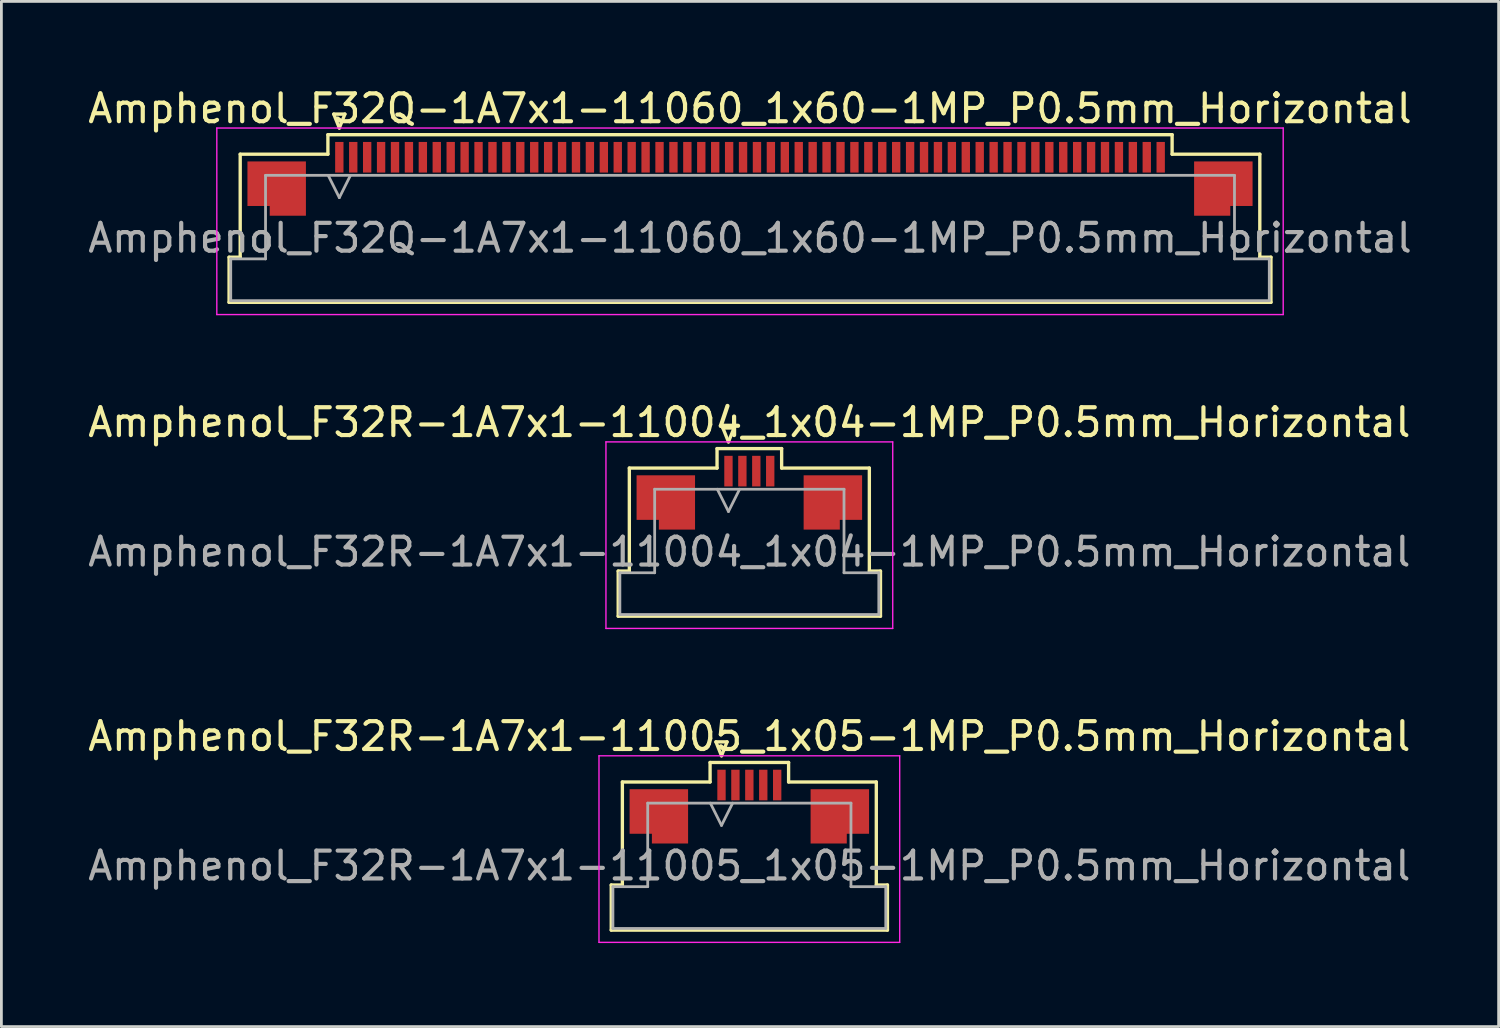
<source format=kicad_pcb>
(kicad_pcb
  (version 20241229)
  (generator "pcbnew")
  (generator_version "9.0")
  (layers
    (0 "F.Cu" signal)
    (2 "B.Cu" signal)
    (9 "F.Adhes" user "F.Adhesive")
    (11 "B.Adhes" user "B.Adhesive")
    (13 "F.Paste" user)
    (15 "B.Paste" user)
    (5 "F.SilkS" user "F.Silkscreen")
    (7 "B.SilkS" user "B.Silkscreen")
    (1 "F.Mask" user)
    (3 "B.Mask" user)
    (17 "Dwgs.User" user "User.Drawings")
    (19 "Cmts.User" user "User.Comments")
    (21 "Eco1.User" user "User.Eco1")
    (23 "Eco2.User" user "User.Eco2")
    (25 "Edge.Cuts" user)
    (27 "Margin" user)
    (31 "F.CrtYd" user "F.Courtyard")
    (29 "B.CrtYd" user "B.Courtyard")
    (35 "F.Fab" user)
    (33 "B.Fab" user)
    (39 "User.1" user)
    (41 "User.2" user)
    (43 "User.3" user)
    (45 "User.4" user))
  (footprint "Amphenol_F32R-1A7x1-11004_1x04-1MP_P0.5mm_Horizontal"
    (layer "F.Cu")
    (at 23.863 16.771)
    (property "Reference" "Amphenol_F32R-1A7x1-11004_1x04-1MP_P0.5mm_Horizontal" (at 0 -4.65 0) (layer "F.SilkS") (effects (font (size 1 1) (thickness 0.15))))
    (attr smd)
    (fp_line (start -4.71 0.69) (end -4.31 0.69) (stroke (width 0.12) (type solid)) (layer "F.SilkS"))
    (fp_line (start -4.71 2.31) (end -4.71 0.69) (stroke (width 0.12) (type solid)) (layer "F.SilkS"))
    (fp_line (start -4.31 -3.01) (end -1.16 -3.01) (stroke (width 0.12) (type solid)) (layer "F.SilkS"))
    (fp_line (start -4.31 0.69) (end -4.31 -3.01) (stroke (width 0.12) (type solid)) (layer "F.SilkS"))
    (fp_line (start -1.16 -3.71) (end 1.16 -3.71) (stroke (width 0.12) (type solid)) (layer "F.SilkS"))
    (fp_line (start -1.16 -3.01) (end -1.16 -3.71) (stroke (width 0.12) (type solid)) (layer "F.SilkS"))
    (fp_line (start -0.95 -4.45) (end -0.75 -3.95) (stroke (width 0.12) (type solid)) (layer "F.SilkS"))
    (fp_line (start -0.75 -3.95) (end -0.55 -4.45) (stroke (width 0.12) (type solid)) (layer "F.SilkS"))
    (fp_line (start -0.55 -4.45) (end -0.95 -4.45) (stroke (width 0.12) (type solid)) (layer "F.SilkS"))
    (fp_line (start 1.16 -3.71) (end 1.16 -3.01) (stroke (width 0.12) (type solid)) (layer "F.SilkS"))
    (fp_line (start 1.16 -3.01) (end 4.31 -3.01) (stroke (width 0.12) (type solid)) (layer "F.SilkS"))
    (fp_line (start 4.31 -3.01) (end 4.31 0.69) (stroke (width 0.12) (type solid)) (layer "F.SilkS"))
    (fp_line (start 4.31 0.69) (end 4.71 0.69) (stroke (width 0.12) (type solid)) (layer "F.SilkS"))
    (fp_line (start 4.71 0.69) (end 4.71 2.31) (stroke (width 0.12) (type solid)) (layer "F.SilkS"))
    (fp_line (start 4.71 2.31) (end -4.71 2.31) (stroke (width 0.12) (type solid)) (layer "F.SilkS"))
    (fp_line (start -5.15 -3.95) (end -5.15 2.75) (stroke (width 0.05) (type solid)) (layer "F.CrtYd"))
    (fp_line (start -5.15 2.75) (end 5.15 2.75) (stroke (width 0.05) (type solid)) (layer "F.CrtYd"))
    (fp_line (start 5.15 -3.95) (end -5.15 -3.95) (stroke (width 0.05) (type solid)) (layer "F.CrtYd"))
    (fp_line (start 5.15 2.75) (end 5.15 -3.95) (stroke (width 0.05) (type solid)) (layer "F.CrtYd"))
    (fp_line (start -4.65 0.75) (end -3.4 0.75) (stroke (width 0.1) (type solid)) (layer "F.Fab"))
    (fp_line (start -4.65 2.25) (end -4.65 0.75) (stroke (width 0.1) (type solid)) (layer "F.Fab"))
    (fp_line (start -3.4 -2.25) (end 3.4 -2.25) (stroke (width 0.1) (type solid)) (layer "F.Fab"))
    (fp_line (start -3.4 0.75) (end -3.4 -2.25) (stroke (width 0.1) (type solid)) (layer "F.Fab"))
    (fp_line (start -1.15 -2.25) (end -0.75 -1.45) (stroke (width 0.1) (type solid)) (layer "F.Fab"))
    (fp_line (start -0.75 -1.45) (end -0.35 -2.25) (stroke (width 0.1) (type solid)) (layer "F.Fab"))
    (fp_line (start 3.4 -2.25) (end 3.4 0.75) (stroke (width 0.1) (type solid)) (layer "F.Fab"))
    (fp_line (start 3.4 0.75) (end 4.65 0.75) (stroke (width 0.1) (type solid)) (layer "F.Fab"))
    (fp_line (start 4.65 0.75) (end 4.65 2.25) (stroke (width 0.1) (type solid)) (layer "F.Fab"))
    (fp_line (start 4.65 2.25) (end -4.65 2.25) (stroke (width 0.1) (type solid)) (layer "F.Fab"))
    (fp_text user "${REFERENCE}" (at 0 0 0) (layer "F.Fab") (effects (font (size 1 1) (thickness 0.15))))
    (pad "1" smd rect (at -0.75 -2.9) (size 0.3 1.1) (layers "F.Cu" "F.Mask" "F.Paste"))
    (pad "2" smd rect (at -0.25 -2.9) (size 0.3 1.1) (layers "F.Cu" "F.Mask" "F.Paste"))
    (pad "3" smd rect (at 0.25 -2.9) (size 0.3 1.1) (layers "F.Cu" "F.Mask" "F.Paste"))
    (pad "4" smd rect (at 0.75 -2.9) (size 0.3 1.1) (layers "F.Cu" "F.Mask" "F.Paste"))
    (pad "MP" smd custom (at -3 -1.775) (size 1 1) (layers "F.Cu" "F.Mask" "F.Paste") (options (anchor circle)) (primitives (gr_poly (pts (xy 1.05 -0.975) (xy 1.05 0.975) (xy -0.25 0.975) (xy -0.25 0.625) (xy -1.05 0.625) (xy -1.05 -0.975) (xy 1.05 -0.975)) (width 0) (fill yes))))
    (pad "MP" smd custom (at 3 -1.775) (size 1 1) (layers "F.Cu" "F.Mask" "F.Paste") (options (anchor circle)) (primitives (gr_poly (pts (xy -1.05 -0.975) (xy -1.05 0.975) (xy 0.25 0.975) (xy 0.25 0.625) (xy 1.05 0.625) (xy 1.05 -0.975) (xy -1.05 -0.975)) (width 0) (fill yes)))))
  (footprint "Amphenol_F32R-1A7x1-11005_1x05-1MP_P0.5mm_Horizontal"
    (layer "F.Cu")
    (at 23.863 28.045)
    (property "Reference" "Amphenol_F32R-1A7x1-11005_1x05-1MP_P0.5mm_Horizontal" (at 0 -4.65 0) (layer "F.SilkS") (effects (font (size 1 1) (thickness 0.15))))
    (attr smd)
    (fp_line (start -4.96 0.69) (end -4.56 0.69) (stroke (width 0.12) (type solid)) (layer "F.SilkS"))
    (fp_line (start -4.96 2.31) (end -4.96 0.69) (stroke (width 0.12) (type solid)) (layer "F.SilkS"))
    (fp_line (start -4.56 -3.01) (end -1.41 -3.01) (stroke (width 0.12) (type solid)) (layer "F.SilkS"))
    (fp_line (start -4.56 0.69) (end -4.56 -3.01) (stroke (width 0.12) (type solid)) (layer "F.SilkS"))
    (fp_line (start -1.41 -3.71) (end 1.41 -3.71) (stroke (width 0.12) (type solid)) (layer "F.SilkS"))
    (fp_line (start -1.41 -3.01) (end -1.41 -3.71) (stroke (width 0.12) (type solid)) (layer "F.SilkS"))
    (fp_line (start -1.2 -4.45) (end -1 -3.95) (stroke (width 0.12) (type solid)) (layer "F.SilkS"))
    (fp_line (start -1 -3.95) (end -0.8 -4.45) (stroke (width 0.12) (type solid)) (layer "F.SilkS"))
    (fp_line (start -0.8 -4.45) (end -1.2 -4.45) (stroke (width 0.12) (type solid)) (layer "F.SilkS"))
    (fp_line (start 1.41 -3.71) (end 1.41 -3.01) (stroke (width 0.12) (type solid)) (layer "F.SilkS"))
    (fp_line (start 1.41 -3.01) (end 4.56 -3.01) (stroke (width 0.12) (type solid)) (layer "F.SilkS"))
    (fp_line (start 4.56 -3.01) (end 4.56 0.69) (stroke (width 0.12) (type solid)) (layer "F.SilkS"))
    (fp_line (start 4.56 0.69) (end 4.96 0.69) (stroke (width 0.12) (type solid)) (layer "F.SilkS"))
    (fp_line (start 4.96 0.69) (end 4.96 2.31) (stroke (width 0.12) (type solid)) (layer "F.SilkS"))
    (fp_line (start 4.96 2.31) (end -4.96 2.31) (stroke (width 0.12) (type solid)) (layer "F.SilkS"))
    (fp_line (start -5.4 -3.95) (end -5.4 2.75) (stroke (width 0.05) (type solid)) (layer "F.CrtYd"))
    (fp_line (start -5.4 2.75) (end 5.4 2.75) (stroke (width 0.05) (type solid)) (layer "F.CrtYd"))
    (fp_line (start 5.4 -3.95) (end -5.4 -3.95) (stroke (width 0.05) (type solid)) (layer "F.CrtYd"))
    (fp_line (start 5.4 2.75) (end 5.4 -3.95) (stroke (width 0.05) (type solid)) (layer "F.CrtYd"))
    (fp_line (start -4.9 0.75) (end -3.65 0.75) (stroke (width 0.1) (type solid)) (layer "F.Fab"))
    (fp_line (start -4.9 2.25) (end -4.9 0.75) (stroke (width 0.1) (type solid)) (layer "F.Fab"))
    (fp_line (start -3.65 -2.25) (end 3.65 -2.25) (stroke (width 0.1) (type solid)) (layer "F.Fab"))
    (fp_line (start -3.65 0.75) (end -3.65 -2.25) (stroke (width 0.1) (type solid)) (layer "F.Fab"))
    (fp_line (start -1.4 -2.25) (end -1 -1.45) (stroke (width 0.1) (type solid)) (layer "F.Fab"))
    (fp_line (start -1 -1.45) (end -0.6 -2.25) (stroke (width 0.1) (type solid)) (layer "F.Fab"))
    (fp_line (start 3.65 -2.25) (end 3.65 0.75) (stroke (width 0.1) (type solid)) (layer "F.Fab"))
    (fp_line (start 3.65 0.75) (end 4.9 0.75) (stroke (width 0.1) (type solid)) (layer "F.Fab"))
    (fp_line (start 4.9 0.75) (end 4.9 2.25) (stroke (width 0.1) (type solid)) (layer "F.Fab"))
    (fp_line (start 4.9 2.25) (end -4.9 2.25) (stroke (width 0.1) (type solid)) (layer "F.Fab"))
    (fp_text user "${REFERENCE}" (at 0 0 0) (layer "F.Fab") (effects (font (size 1 1) (thickness 0.15))))
    (pad "1" smd rect (at -1 -2.9) (size 0.3 1.1) (layers "F.Cu" "F.Mask" "F.Paste"))
    (pad "2" smd rect (at -0.5 -2.9) (size 0.3 1.1) (layers "F.Cu" "F.Mask" "F.Paste"))
    (pad "3" smd rect (at 0 -2.9) (size 0.3 1.1) (layers "F.Cu" "F.Mask" "F.Paste"))
    (pad "4" smd rect (at 0.5 -2.9) (size 0.3 1.1) (layers "F.Cu" "F.Mask" "F.Paste"))
    (pad "5" smd rect (at 1 -2.9) (size 0.3 1.1) (layers "F.Cu" "F.Mask" "F.Paste"))
    (pad "MP" smd custom (at -3.25 -1.775) (size 1 1) (layers "F.Cu" "F.Mask" "F.Paste") (options (anchor circle)) (primitives (gr_poly (pts (xy 1.05 -0.975) (xy 1.05 0.975) (xy -0.25 0.975) (xy -0.25 0.625) (xy -1.05 0.625) (xy -1.05 -0.975) (xy 1.05 -0.975)) (width 0) (fill yes))))
    (pad "MP" smd custom (at 3.25 -1.775) (size 1 1) (layers "F.Cu" "F.Mask" "F.Paste") (options (anchor circle)) (primitives (gr_poly (pts (xy -1.05 -0.975) (xy -1.05 0.975) (xy 0.25 0.975) (xy 0.25 0.625) (xy 1.05 0.625) (xy 1.05 -0.975) (xy -1.05 -0.975)) (width 0) (fill yes)))))
  (footprint "Amphenol_F32Q-1A7x1-11060_1x60-1MP_P0.5mm_Horizontal"
    (layer "F.Cu")
    (at 23.887 5.498)
    (property "Reference" "Amphenol_F32Q-1A7x1-11060_1x60-1MP_P0.5mm_Horizontal" (at 0 -4.65 0) (layer "F.SilkS") (effects (font (size 1 1) (thickness 0.15))))
    (attr smd)
    (fp_line (start -18.71 0.69) (end -18.31 0.69) (stroke (width 0.12) (type solid)) (layer "F.SilkS"))
    (fp_line (start -18.71 2.31) (end -18.71 0.69) (stroke (width 0.12) (type solid)) (layer "F.SilkS"))
    (fp_line (start -18.31 -3.01) (end -15.16 -3.01) (stroke (width 0.12) (type solid)) (layer "F.SilkS"))
    (fp_line (start -18.31 0.69) (end -18.31 -3.01) (stroke (width 0.12) (type solid)) (layer "F.SilkS"))
    (fp_line (start -15.16 -3.71) (end 15.16 -3.71) (stroke (width 0.12) (type solid)) (layer "F.SilkS"))
    (fp_line (start -15.16 -3.01) (end -15.16 -3.71) (stroke (width 0.12) (type solid)) (layer "F.SilkS"))
    (fp_line (start -14.95 -4.45) (end -14.75 -3.95) (stroke (width 0.12) (type solid)) (layer "F.SilkS"))
    (fp_line (start -14.75 -3.95) (end -14.55 -4.45) (stroke (width 0.12) (type solid)) (layer "F.SilkS"))
    (fp_line (start -14.55 -4.45) (end -14.95 -4.45) (stroke (width 0.12) (type solid)) (layer "F.SilkS"))
    (fp_line (start 15.16 -3.71) (end 15.16 -3.01) (stroke (width 0.12) (type solid)) (layer "F.SilkS"))
    (fp_line (start 15.16 -3.01) (end 18.31 -3.01) (stroke (width 0.12) (type solid)) (layer "F.SilkS"))
    (fp_line (start 18.31 -3.01) (end 18.31 0.69) (stroke (width 0.12) (type solid)) (layer "F.SilkS"))
    (fp_line (start 18.31 0.69) (end 18.71 0.69) (stroke (width 0.12) (type solid)) (layer "F.SilkS"))
    (fp_line (start 18.71 0.69) (end 18.71 2.31) (stroke (width 0.12) (type solid)) (layer "F.SilkS"))
    (fp_line (start 18.71 2.31) (end -18.71 2.31) (stroke (width 0.12) (type solid)) (layer "F.SilkS"))
    (fp_line (start -19.15 -3.95) (end -19.15 2.75) (stroke (width 0.05) (type solid)) (layer "F.CrtYd"))
    (fp_line (start -19.15 2.75) (end 19.15 2.75) (stroke (width 0.05) (type solid)) (layer "F.CrtYd"))
    (fp_line (start 19.15 -3.95) (end -19.15 -3.95) (stroke (width 0.05) (type solid)) (layer "F.CrtYd"))
    (fp_line (start 19.15 2.75) (end 19.15 -3.95) (stroke (width 0.05) (type solid)) (layer "F.CrtYd"))
    (fp_line (start -18.65 0.75) (end -17.4 0.75) (stroke (width 0.1) (type solid)) (layer "F.Fab"))
    (fp_line (start -18.65 2.25) (end -18.65 0.75) (stroke (width 0.1) (type solid)) (layer "F.Fab"))
    (fp_line (start -17.4 -2.25) (end 17.4 -2.25) (stroke (width 0.1) (type solid)) (layer "F.Fab"))
    (fp_line (start -17.4 0.75) (end -17.4 -2.25) (stroke (width 0.1) (type solid)) (layer "F.Fab"))
    (fp_line (start -15.15 -2.25) (end -14.75 -1.45) (stroke (width 0.1) (type solid)) (layer "F.Fab"))
    (fp_line (start -14.75 -1.45) (end -14.35 -2.25) (stroke (width 0.1) (type solid)) (layer "F.Fab"))
    (fp_line (start 17.4 -2.25) (end 17.4 0.75) (stroke (width 0.1) (type solid)) (layer "F.Fab"))
    (fp_line (start 17.4 0.75) (end 18.65 0.75) (stroke (width 0.1) (type solid)) (layer "F.Fab"))
    (fp_line (start 18.65 0.75) (end 18.65 2.25) (stroke (width 0.1) (type solid)) (layer "F.Fab"))
    (fp_line (start 18.65 2.25) (end -18.65 2.25) (stroke (width 0.1) (type solid)) (layer "F.Fab"))
    (fp_text user "${REFERENCE}" (at 0 0 0) (layer "F.Fab") (effects (font (size 1 1) (thickness 0.15))))
    (pad "1" smd rect (at -14.75 -2.9) (size 0.3 1.1) (layers "F.Cu" "F.Mask" "F.Paste"))
    (pad "2" smd rect (at -14.25 -2.9) (size 0.3 1.1) (layers "F.Cu" "F.Mask" "F.Paste"))
    (pad "3" smd rect (at -13.75 -2.9) (size 0.3 1.1) (layers "F.Cu" "F.Mask" "F.Paste"))
    (pad "4" smd rect (at -13.25 -2.9) (size 0.3 1.1) (layers "F.Cu" "F.Mask" "F.Paste"))
    (pad "5" smd rect (at -12.75 -2.9) (size 0.3 1.1) (layers "F.Cu" "F.Mask" "F.Paste"))
    (pad "6" smd rect (at -12.25 -2.9) (size 0.3 1.1) (layers "F.Cu" "F.Mask" "F.Paste"))
    (pad "7" smd rect (at -11.75 -2.9) (size 0.3 1.1) (layers "F.Cu" "F.Mask" "F.Paste"))
    (pad "8" smd rect (at -11.25 -2.9) (size 0.3 1.1) (layers "F.Cu" "F.Mask" "F.Paste"))
    (pad "9" smd rect (at -10.75 -2.9) (size 0.3 1.1) (layers "F.Cu" "F.Mask" "F.Paste"))
    (pad "10" smd rect (at -10.25 -2.9) (size 0.3 1.1) (layers "F.Cu" "F.Mask" "F.Paste"))
    (pad "11" smd rect (at -9.75 -2.9) (size 0.3 1.1) (layers "F.Cu" "F.Mask" "F.Paste"))
    (pad "12" smd rect (at -9.25 -2.9) (size 0.3 1.1) (layers "F.Cu" "F.Mask" "F.Paste"))
    (pad "13" smd rect (at -8.75 -2.9) (size 0.3 1.1) (layers "F.Cu" "F.Mask" "F.Paste"))
    (pad "14" smd rect (at -8.25 -2.9) (size 0.3 1.1) (layers "F.Cu" "F.Mask" "F.Paste"))
    (pad "15" smd rect (at -7.75 -2.9) (size 0.3 1.1) (layers "F.Cu" "F.Mask" "F.Paste"))
    (pad "16" smd rect (at -7.25 -2.9) (size 0.3 1.1) (layers "F.Cu" "F.Mask" "F.Paste"))
    (pad "17" smd rect (at -6.75 -2.9) (size 0.3 1.1) (layers "F.Cu" "F.Mask" "F.Paste"))
    (pad "18" smd rect (at -6.25 -2.9) (size 0.3 1.1) (layers "F.Cu" "F.Mask" "F.Paste"))
    (pad "19" smd rect (at -5.75 -2.9) (size 0.3 1.1) (layers "F.Cu" "F.Mask" "F.Paste"))
    (pad "20" smd rect (at -5.25 -2.9) (size 0.3 1.1) (layers "F.Cu" "F.Mask" "F.Paste"))
    (pad "21" smd rect (at -4.75 -2.9) (size 0.3 1.1) (layers "F.Cu" "F.Mask" "F.Paste"))
    (pad "22" smd rect (at -4.25 -2.9) (size 0.3 1.1) (layers "F.Cu" "F.Mask" "F.Paste"))
    (pad "23" smd rect (at -3.75 -2.9) (size 0.3 1.1) (layers "F.Cu" "F.Mask" "F.Paste"))
    (pad "24" smd rect (at -3.25 -2.9) (size 0.3 1.1) (layers "F.Cu" "F.Mask" "F.Paste"))
    (pad "25" smd rect (at -2.75 -2.9) (size 0.3 1.1) (layers "F.Cu" "F.Mask" "F.Paste"))
    (pad "26" smd rect (at -2.25 -2.9) (size 0.3 1.1) (layers "F.Cu" "F.Mask" "F.Paste"))
    (pad "27" smd rect (at -1.75 -2.9) (size 0.3 1.1) (layers "F.Cu" "F.Mask" "F.Paste"))
    (pad "28" smd rect (at -1.25 -2.9) (size 0.3 1.1) (layers "F.Cu" "F.Mask" "F.Paste"))
    (pad "29" smd rect (at -0.75 -2.9) (size 0.3 1.1) (layers "F.Cu" "F.Mask" "F.Paste"))
    (pad "30" smd rect (at -0.25 -2.9) (size 0.3 1.1) (layers "F.Cu" "F.Mask" "F.Paste"))
    (pad "31" smd rect (at 0.25 -2.9) (size 0.3 1.1) (layers "F.Cu" "F.Mask" "F.Paste"))
    (pad "32" smd rect (at 0.75 -2.9) (size 0.3 1.1) (layers "F.Cu" "F.Mask" "F.Paste"))
    (pad "33" smd rect (at 1.25 -2.9) (size 0.3 1.1) (layers "F.Cu" "F.Mask" "F.Paste"))
    (pad "34" smd rect (at 1.75 -2.9) (size 0.3 1.1) (layers "F.Cu" "F.Mask" "F.Paste"))
    (pad "35" smd rect (at 2.25 -2.9) (size 0.3 1.1) (layers "F.Cu" "F.Mask" "F.Paste"))
    (pad "36" smd rect (at 2.75 -2.9) (size 0.3 1.1) (layers "F.Cu" "F.Mask" "F.Paste"))
    (pad "37" smd rect (at 3.25 -2.9) (size 0.3 1.1) (layers "F.Cu" "F.Mask" "F.Paste"))
    (pad "38" smd rect (at 3.75 -2.9) (size 0.3 1.1) (layers "F.Cu" "F.Mask" "F.Paste"))
    (pad "39" smd rect (at 4.25 -2.9) (size 0.3 1.1) (layers "F.Cu" "F.Mask" "F.Paste"))
    (pad "40" smd rect (at 4.75 -2.9) (size 0.3 1.1) (layers "F.Cu" "F.Mask" "F.Paste"))
    (pad "41" smd rect (at 5.25 -2.9) (size 0.3 1.1) (layers "F.Cu" "F.Mask" "F.Paste"))
    (pad "42" smd rect (at 5.75 -2.9) (size 0.3 1.1) (layers "F.Cu" "F.Mask" "F.Paste"))
    (pad "43" smd rect (at 6.25 -2.9) (size 0.3 1.1) (layers "F.Cu" "F.Mask" "F.Paste"))
    (pad "44" smd rect (at 6.75 -2.9) (size 0.3 1.1) (layers "F.Cu" "F.Mask" "F.Paste"))
    (pad "45" smd rect (at 7.25 -2.9) (size 0.3 1.1) (layers "F.Cu" "F.Mask" "F.Paste"))
    (pad "46" smd rect (at 7.75 -2.9) (size 0.3 1.1) (layers "F.Cu" "F.Mask" "F.Paste"))
    (pad "47" smd rect (at 8.25 -2.9) (size 0.3 1.1) (layers "F.Cu" "F.Mask" "F.Paste"))
    (pad "48" smd rect (at 8.75 -2.9) (size 0.3 1.1) (layers "F.Cu" "F.Mask" "F.Paste"))
    (pad "49" smd rect (at 9.25 -2.9) (size 0.3 1.1) (layers "F.Cu" "F.Mask" "F.Paste"))
    (pad "50" smd rect (at 9.75 -2.9) (size 0.3 1.1) (layers "F.Cu" "F.Mask" "F.Paste"))
    (pad "51" smd rect (at 10.25 -2.9) (size 0.3 1.1) (layers "F.Cu" "F.Mask" "F.Paste"))
    (pad "52" smd rect (at 10.75 -2.9) (size 0.3 1.1) (layers "F.Cu" "F.Mask" "F.Paste"))
    (pad "53" smd rect (at 11.25 -2.9) (size 0.3 1.1) (layers "F.Cu" "F.Mask" "F.Paste"))
    (pad "54" smd rect (at 11.75 -2.9) (size 0.3 1.1) (layers "F.Cu" "F.Mask" "F.Paste"))
    (pad "55" smd rect (at 12.25 -2.9) (size 0.3 1.1) (layers "F.Cu" "F.Mask" "F.Paste"))
    (pad "56" smd rect (at 12.75 -2.9) (size 0.3 1.1) (layers "F.Cu" "F.Mask" "F.Paste"))
    (pad "57" smd rect (at 13.25 -2.9) (size 0.3 1.1) (layers "F.Cu" "F.Mask" "F.Paste"))
    (pad "58" smd rect (at 13.75 -2.9) (size 0.3 1.1) (layers "F.Cu" "F.Mask" "F.Paste"))
    (pad "59" smd rect (at 14.25 -2.9) (size 0.3 1.1) (layers "F.Cu" "F.Mask" "F.Paste"))
    (pad "60" smd rect (at 14.75 -2.9) (size 0.3 1.1) (layers "F.Cu" "F.Mask" "F.Paste"))
    (pad "MP" smd custom (at -17 -1.775) (size 1 1) (layers "F.Cu" "F.Mask" "F.Paste") (options (anchor circle)) (primitives (gr_poly (pts (xy 1.05 -0.975) (xy 1.05 0.975) (xy -0.25 0.975) (xy -0.25 0.625) (xy -1.05 0.625) (xy -1.05 -0.975) (xy 1.05 -0.975)) (width 0) (fill yes))))
    (pad "MP" smd custom (at 17 -1.775) (size 1 1) (layers "F.Cu" "F.Mask" "F.Paste") (options (anchor circle)) (primitives (gr_poly (pts (xy -1.05 -0.975) (xy -1.05 0.975) (xy 0.25 0.975) (xy 0.25 0.625) (xy 1.05 0.625) (xy 1.05 -0.975) (xy -1.05 -0.975)) (width 0) (fill yes)))))
  (gr_rect
    (start -3 -3)
    (end 50.774 33.82)
    (stroke (width 0.1) (type default))
    (fill no)
    (layer "Edge.Cuts")))
</source>
